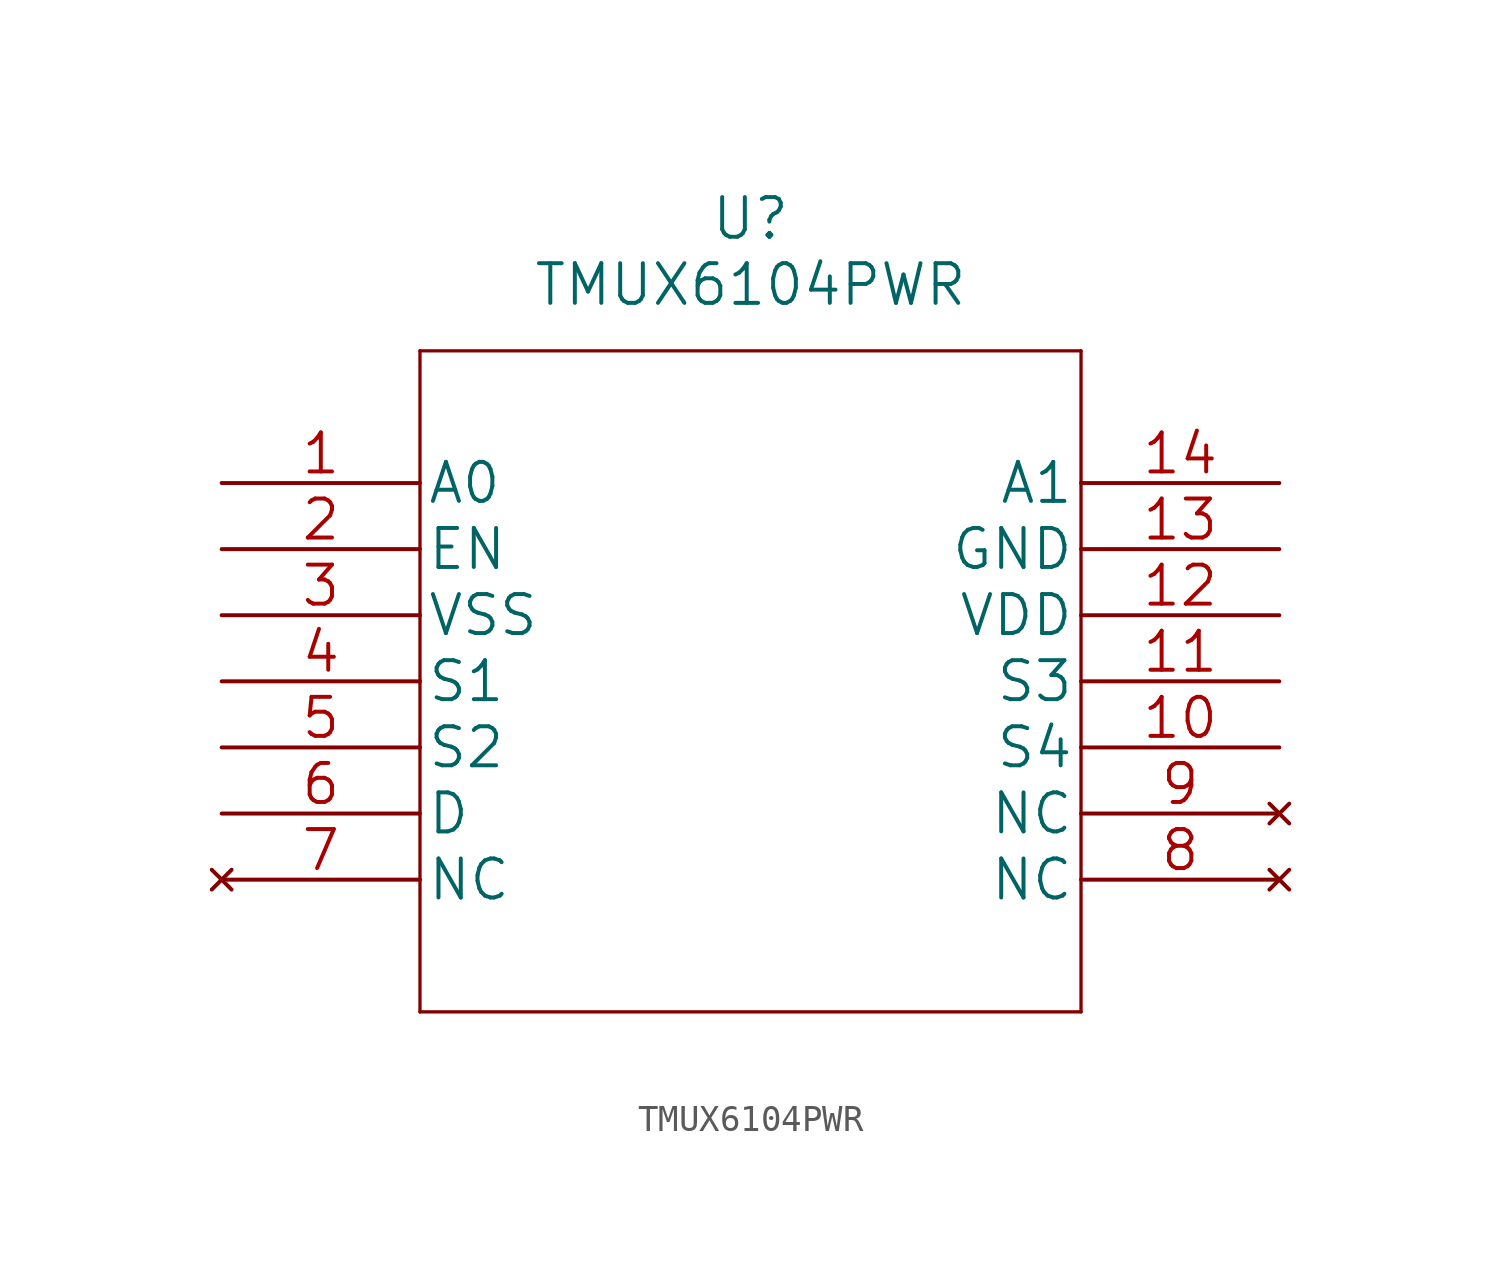
<source format=kicad_sym>
(kicad_symbol_lib
  (version 20220914)
  (generator kicad_symbol_editor)
  (symbol "TMUX6104PWR"
    (pin_names
      (offset 0.254))
    (property "Reference" "U"
      (at 20.32 10.16 0)
      (effects (font (size 1.524 1.524))))
    (property "Value" "TMUX6104PWR"
      (at 20.32 7.62 0)
      (effects (font (size 1.524 1.524))))
    (property "Datasheet" ""
      (at 0 0 0)
      (effects (font (size 1.524 1.524))))
    (property "ki_locked" ""
      (at 0 0 0)
      (effects (font (size 1.27 1.27))))
    (symbol "TMUX6104PWR_1_1"
      (polyline (pts (xy 7.62 -20.32) (xy 33.02 -20.32)) (stroke (width 0.127) (type solid)) (fill (type none)))
      (polyline (pts (xy 7.62 5.08) (xy 7.62 -20.32)) (stroke (width 0.127) (type solid)) (fill (type none)))
      (polyline (pts (xy 33.02 -20.32) (xy 33.02 5.08)) (stroke (width 0.127) (type solid)) (fill (type none)))
      (polyline (pts (xy 33.02 5.08) (xy 7.62 5.08)) (stroke (width 0.127) (type solid)) (fill (type none)))
      (pin bidirectional line (at 0 0 0) (length 7.62) (name "A0" (effects (font (size 1.499 1.499)))) (number "1" (effects (font (size 1.499 1.499)))))
      (pin bidirectional line (at 40.64 -10.16 180) (length 7.62) (name "S4" (effects (font (size 1.499 1.499)))) (number "10" (effects (font (size 1.499 1.499)))))
      (pin bidirectional line (at 40.64 -7.62 180) (length 7.62) (name "S3" (effects (font (size 1.499 1.499)))) (number "11" (effects (font (size 1.499 1.499)))))
      (pin power_in line (at 40.64 -5.08 180) (length 7.62) (name "VDD" (effects (font (size 1.499 1.499)))) (number "12" (effects (font (size 1.499 1.499)))))
      (pin power_in line (at 40.64 -2.54 180) (length 7.62) (name "GND" (effects (font (size 1.499 1.499)))) (number "13" (effects (font (size 1.499 1.499)))))
      (pin bidirectional line (at 40.64 0 180) (length 7.62) (name "A1" (effects (font (size 1.499 1.499)))) (number "14" (effects (font (size 1.499 1.499)))))
      (pin unspecified line (at 0 -2.54 0) (length 7.62) (name "EN" (effects (font (size 1.499 1.499)))) (number "2" (effects (font (size 1.499 1.499)))))
      (pin power_in line (at 0 -5.08 0) (length 7.62) (name "VSS" (effects (font (size 1.499 1.499)))) (number "3" (effects (font (size 1.499 1.499)))))
      (pin bidirectional line (at 0 -7.62 0) (length 7.62) (name "S1" (effects (font (size 1.499 1.499)))) (number "4" (effects (font (size 1.499 1.499)))))
      (pin bidirectional line (at 0 -10.16 0) (length 7.62) (name "S2" (effects (font (size 1.499 1.499)))) (number "5" (effects (font (size 1.499 1.499)))))
      (pin unspecified line (at 0 -12.7 0) (length 7.62) (name "D" (effects (font (size 1.499 1.499)))) (number "6" (effects (font (size 1.499 1.499)))))
      (pin no_connect line (at 0 -15.24 0) (length 7.62) (name "NC" (effects (font (size 1.499 1.499)))) (number "7" (effects (font (size 1.499 1.499)))))
      (pin no_connect line (at 40.64 -15.24 180) (length 7.62) (name "NC" (effects (font (size 1.499 1.499)))) (number "8" (effects (font (size 1.499 1.499)))))
      (pin no_connect line (at 40.64 -12.7 180) (length 7.62) (name "NC" (effects (font (size 1.499 1.499)))) (number "9" (effects (font (size 1.499 1.499))))))))
</source>
